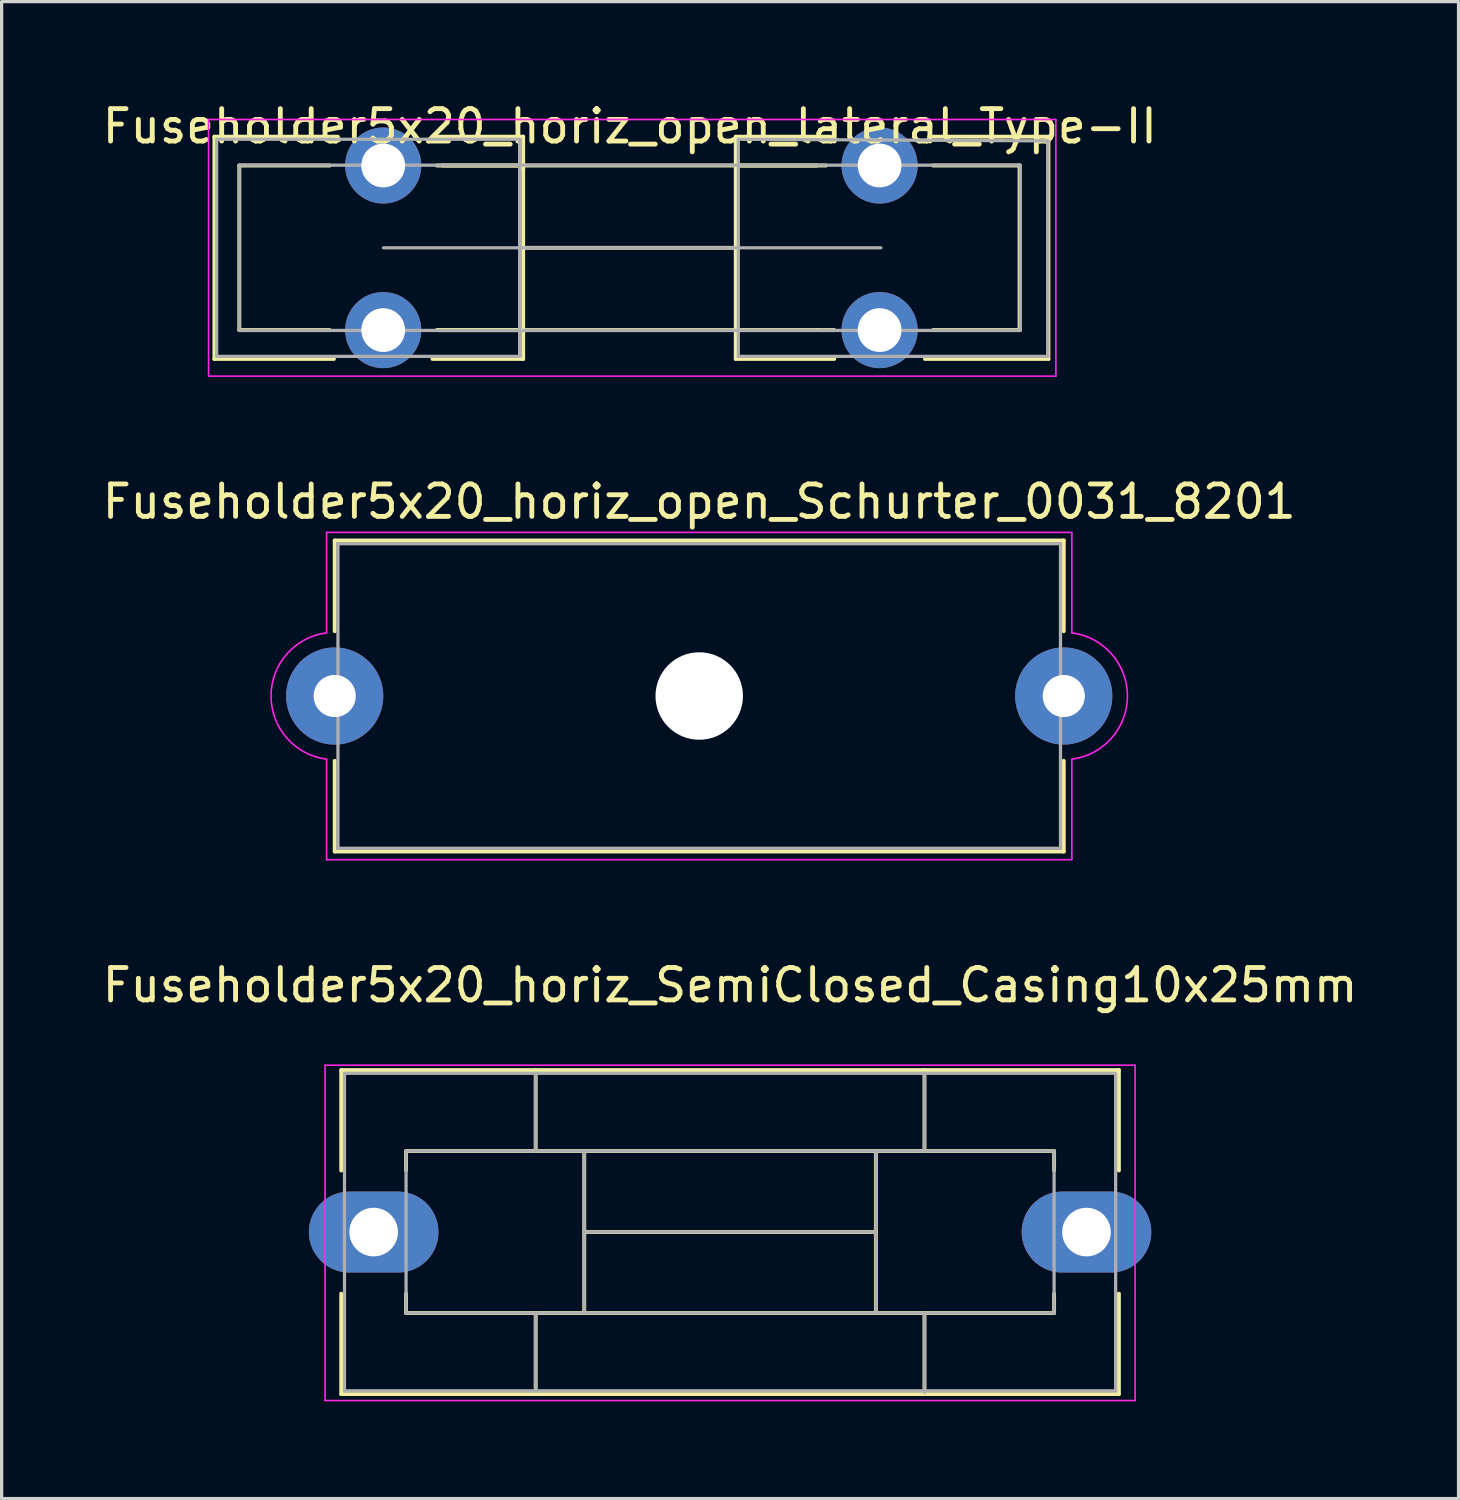
<source format=kicad_pcb>
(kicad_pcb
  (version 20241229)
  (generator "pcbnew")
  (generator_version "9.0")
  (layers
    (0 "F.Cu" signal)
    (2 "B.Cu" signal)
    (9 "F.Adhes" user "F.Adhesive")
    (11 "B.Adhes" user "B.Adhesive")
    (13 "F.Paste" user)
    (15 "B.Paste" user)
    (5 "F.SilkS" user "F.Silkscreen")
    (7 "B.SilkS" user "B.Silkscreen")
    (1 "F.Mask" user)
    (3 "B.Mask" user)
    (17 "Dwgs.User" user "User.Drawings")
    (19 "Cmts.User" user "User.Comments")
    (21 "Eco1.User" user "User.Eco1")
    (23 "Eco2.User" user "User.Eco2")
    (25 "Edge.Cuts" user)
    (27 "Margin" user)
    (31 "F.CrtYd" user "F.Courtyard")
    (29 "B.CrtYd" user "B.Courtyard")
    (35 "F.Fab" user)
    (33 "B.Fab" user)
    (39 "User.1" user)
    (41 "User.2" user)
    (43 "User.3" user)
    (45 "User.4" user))
  (footprint "Fuseholder5x20_horiz_SemiClosed_Casing10x25mm"
    (layer "F.Cu")
    (at 8.482 34.975)
    (property "Reference" "Fuseholder5x20_horiz_SemiClosed_Casing10x25mm" (at 11 -7.62 0) (layer "F.SilkS") (effects (font (size 1 1) (thickness 0.15))))
    (attr through_hole)
    (fp_line (start -1 -5) (end -1 -1.9) (stroke (width 0.12) (type solid)) (layer "F.SilkS"))
    (fp_line (start -1 1.9) (end -1 5) (stroke (width 0.12) (type solid)) (layer "F.SilkS"))
    (fp_line (start -1 5) (end 23 5) (stroke (width 0.12) (type solid)) (layer "F.SilkS"))
    (fp_line (start 1 -2.5) (end 1 -1.9) (stroke (width 0.12) (type solid)) (layer "F.SilkS"))
    (fp_line (start 1 1.9) (end 1 2.5) (stroke (width 0.12) (type solid)) (layer "F.SilkS"))
    (fp_line (start 1 2.5) (end 21 2.5) (stroke (width 0.12) (type solid)) (layer "F.SilkS"))
    (fp_line (start 5 -2.5) (end 5 -5) (stroke (width 0.12) (type solid)) (layer "F.SilkS"))
    (fp_line (start 5 5) (end 5 2.5) (stroke (width 0.12) (type solid)) (layer "F.SilkS"))
    (fp_line (start 6.5 -2.5) (end 6.5 2.5) (stroke (width 0.12) (type solid)) (layer "F.SilkS"))
    (fp_line (start 6.5 0) (end 15.5 0) (stroke (width 0.12) (type solid)) (layer "F.SilkS"))
    (fp_line (start 15.5 -2.5) (end 15.5 2.5) (stroke (width 0.12) (type solid)) (layer "F.SilkS"))
    (fp_line (start 17 -5) (end 17 -2.5) (stroke (width 0.12) (type solid)) (layer "F.SilkS"))
    (fp_line (start 17 5) (end 17 2.5) (stroke (width 0.12) (type solid)) (layer "F.SilkS"))
    (fp_line (start 21 -2.5) (end 1 -2.5) (stroke (width 0.12) (type solid)) (layer "F.SilkS"))
    (fp_line (start 21 -1.9) (end 21 -2.5) (stroke (width 0.12) (type solid)) (layer "F.SilkS"))
    (fp_line (start 21 2.5) (end 21 1.9) (stroke (width 0.12) (type solid)) (layer "F.SilkS"))
    (fp_line (start 23 -5) (end -1 -5) (stroke (width 0.12) (type solid)) (layer "F.SilkS"))
    (fp_line (start 23 -1.9) (end 23 -5) (stroke (width 0.12) (type solid)) (layer "F.SilkS"))
    (fp_line (start 23 5) (end 23 1.9) (stroke (width 0.12) (type solid)) (layer "F.SilkS"))
    (fp_line (start -1.5 -5.15) (end -1.5 5.2) (stroke (width 0.05) (type solid)) (layer "F.CrtYd"))
    (fp_line (start -1.5 -5.15) (end 23.5 -5.15) (stroke (width 0.05) (type solid)) (layer "F.CrtYd"))
    (fp_line (start 23.5 5.2) (end -1.5 5.2) (stroke (width 0.05) (type solid)) (layer "F.CrtYd"))
    (fp_line (start 23.5 5.2) (end 23.5 -5.15) (stroke (width 0.05) (type solid)) (layer "F.CrtYd"))
    (fp_line (start -0.9 -4.9) (end -0.9 4.9) (stroke (width 0.1) (type solid)) (layer "F.Fab"))
    (fp_line (start -0.9 4.9) (end 22.9 4.9) (stroke (width 0.1) (type solid)) (layer "F.Fab"))
    (fp_line (start 1 -2.5) (end 1 2.5) (stroke (width 0.1) (type solid)) (layer "F.Fab"))
    (fp_line (start 1 2.5) (end 21 2.5) (stroke (width 0.1) (type solid)) (layer "F.Fab"))
    (fp_line (start 5 -4.9) (end 5 -2.5) (stroke (width 0.1) (type solid)) (layer "F.Fab"))
    (fp_line (start 5 2.5) (end 5 4.9) (stroke (width 0.1) (type solid)) (layer "F.Fab"))
    (fp_line (start 6.5 -2.5) (end 6.5 2.5) (stroke (width 0.1) (type solid)) (layer "F.Fab"))
    (fp_line (start 6.5 0) (end 15.5 0) (stroke (width 0.1) (type solid)) (layer "F.Fab"))
    (fp_line (start 15.5 -2.5) (end 15.5 2.5) (stroke (width 0.1) (type solid)) (layer "F.Fab"))
    (fp_line (start 17 -2.5) (end 17 -4.9) (stroke (width 0.1) (type solid)) (layer "F.Fab"))
    (fp_line (start 17 2.5) (end 17 4.95) (stroke (width 0.1) (type solid)) (layer "F.Fab"))
    (fp_line (start 21 -2.5) (end 1 -2.5) (stroke (width 0.1) (type solid)) (layer "F.Fab"))
    (fp_line (start 21 2.5) (end 21 -2.5) (stroke (width 0.1) (type solid)) (layer "F.Fab"))
    (fp_line (start 22.9 -4.9) (end -0.9 -4.9) (stroke (width 0.1) (type solid)) (layer "F.Fab"))
    (fp_line (start 22.9 4.9) (end 22.9 -4.9) (stroke (width 0.1) (type solid)) (layer "F.Fab"))
    (pad "1" thru_hole oval (at 0 0 270) (size 2.5 4) (drill 1.5) (layers "*.Cu" "*.Mask"))
    (pad "2" thru_hole oval (at 22 0 270) (size 2.5 4) (drill 1.5) (layers "*.Cu" "*.Mask")))
  (footprint "Fuseholder5x20_horiz_open_lateral_Type-II"
    (layer "F.Cu")
    (at 8.777 2.058)
    (property "Reference" "Fuseholder5x20_horiz_open_lateral_Type-II" (at 7.61 -1.21 0) (layer "F.SilkS") (effects (font (size 1 1) (thickness 0.15))))
    (attr through_hole)
    (fp_line (start -5.21 -0.89) (end -5.21 5.97) (stroke (width 0.12) (type solid)) (layer "F.SilkS"))
    (fp_line (start -5.21 -0.89) (end -1.4 -0.89) (stroke (width 0.12) (type solid)) (layer "F.SilkS"))
    (fp_line (start -5.21 5.97) (end -1.52 5.97) (stroke (width 0.12) (type solid)) (layer "F.SilkS"))
    (fp_line (start -4.44 0) (end -4.44 5.08) (stroke (width 0.12) (type solid)) (layer "F.SilkS"))
    (fp_line (start -4.44 0) (end -1.65 0) (stroke (width 0.12) (type solid)) (layer "F.SilkS"))
    (fp_line (start -4.44 5.08) (end -1.65 5.08) (stroke (width 0.12) (type solid)) (layer "F.SilkS"))
    (fp_line (start 1.78 5.08) (end 1.65 5.08) (stroke (width 0.12) (type solid)) (layer "F.SilkS"))
    (fp_line (start 1.78 5.08) (end 4.32 5.08) (stroke (width 0.12) (type solid)) (layer "F.SilkS"))
    (fp_line (start 1.82 0) (end 13.38 0) (stroke (width 0.12) (type solid)) (layer "F.SilkS"))
    (fp_line (start 4.32 -0.89) (end 1.52 -0.89) (stroke (width 0.12) (type solid)) (layer "F.SilkS"))
    (fp_line (start 4.32 -0.89) (end 4.32 0.13) (stroke (width 0.12) (type solid)) (layer "F.SilkS"))
    (fp_line (start 4.32 0) (end 1.65 0) (stroke (width 0.12) (type solid)) (layer "F.SilkS"))
    (fp_line (start 4.32 2.54) (end 4.32 0) (stroke (width 0.12) (type solid)) (layer "F.SilkS"))
    (fp_line (start 4.32 5.08) (end 4.32 2.54) (stroke (width 0.12) (type solid)) (layer "F.SilkS"))
    (fp_line (start 4.32 5.97) (end 1.52 5.97) (stroke (width 0.12) (type solid)) (layer "F.SilkS"))
    (fp_line (start 4.32 5.97) (end 4.32 5.08) (stroke (width 0.12) (type solid)) (layer "F.SilkS"))
    (fp_line (start 10.88 -0.89) (end 10.88 0) (stroke (width 0.12) (type solid)) (layer "F.SilkS"))
    (fp_line (start 10.88 -0.89) (end 13.8 -0.89) (stroke (width 0.12) (type solid)) (layer "F.SilkS"))
    (fp_line (start 10.88 0) (end 13.67 0) (stroke (width 0.12) (type solid)) (layer "F.SilkS"))
    (fp_line (start 10.88 2.54) (end 10.88 0) (stroke (width 0.12) (type solid)) (layer "F.SilkS"))
    (fp_line (start 10.88 5.08) (end 10.88 2.54) (stroke (width 0.12) (type solid)) (layer "F.SilkS"))
    (fp_line (start 10.88 5.97) (end 10.88 5.08) (stroke (width 0.12) (type solid)) (layer "F.SilkS"))
    (fp_line (start 10.88 5.97) (end 13.92 5.97) (stroke (width 0.12) (type solid)) (layer "F.SilkS"))
    (fp_line (start 10.91 2.54) (end 4.41 2.54) (stroke (width 0.12) (type solid)) (layer "F.SilkS"))
    (fp_line (start 13.38 5.08) (end 1.69 5.08) (stroke (width 0.12) (type solid)) (layer "F.SilkS"))
    (fp_line (start 13.38 5.08) (end 13.92 5.08) (stroke (width 0.12) (type solid)) (layer "F.SilkS"))
    (fp_line (start 19.64 0) (end 16.97 0) (stroke (width 0.12) (type solid)) (layer "F.SilkS"))
    (fp_line (start 19.64 0) (end 19.64 5.08) (stroke (width 0.12) (type solid)) (layer "F.SilkS"))
    (fp_line (start 19.64 5.08) (end 16.97 5.08) (stroke (width 0.12) (type solid)) (layer "F.SilkS"))
    (fp_line (start 20.53 -0.89) (end 16.85 -0.89) (stroke (width 0.12) (type solid)) (layer "F.SilkS"))
    (fp_line (start 20.53 -0.89) (end 20.53 5.97) (stroke (width 0.12) (type solid)) (layer "F.SilkS"))
    (fp_line (start 20.53 5.97) (end 16.72 5.97) (stroke (width 0.12) (type solid)) (layer "F.SilkS"))
    (fp_line (start -5.39 -1.42) (end -5.39 6.5) (stroke (width 0.05) (type solid)) (layer "F.CrtYd"))
    (fp_line (start -5.39 -1.42) (end 20.76 -1.42) (stroke (width 0.05) (type solid)) (layer "F.CrtYd"))
    (fp_line (start 20.76 6.5) (end -5.39 6.5) (stroke (width 0.05) (type solid)) (layer "F.CrtYd"))
    (fp_line (start 20.76 6.5) (end 20.76 -1.42) (stroke (width 0.05) (type solid)) (layer "F.CrtYd"))
    (fp_line (start -5.14 -0.81) (end 4.21 -0.81) (stroke (width 0.1) (type solid)) (layer "F.Fab"))
    (fp_line (start -5.14 5.89) (end -5.14 -0.81) (stroke (width 0.1) (type solid)) (layer "F.Fab"))
    (fp_line (start -4.44 -0.01) (end 19.66 -0.01) (stroke (width 0.1) (type solid)) (layer "F.Fab"))
    (fp_line (start -4.44 5.09) (end -4.44 0.04) (stroke (width 0.1) (type solid)) (layer "F.Fab"))
    (fp_line (start 0.01 2.54) (end 15.36 2.54) (stroke (width 0.1) (type solid)) (layer "F.Fab"))
    (fp_line (start 4.21 -0.81) (end 4.21 5.89) (stroke (width 0.1) (type solid)) (layer "F.Fab"))
    (fp_line (start 4.21 5.89) (end -5.14 5.89) (stroke (width 0.1) (type solid)) (layer "F.Fab"))
    (fp_line (start 10.96 -0.81) (end 10.96 5.89) (stroke (width 0.1) (type solid)) (layer "F.Fab"))
    (fp_line (start 10.96 5.89) (end 20.51 5.89) (stroke (width 0.1) (type solid)) (layer "F.Fab"))
    (fp_line (start 19.66 -0.01) (end 19.66 5.09) (stroke (width 0.1) (type solid)) (layer "F.Fab"))
    (fp_line (start 19.66 5.09) (end -4.44 5.09) (stroke (width 0.1) (type solid)) (layer "F.Fab"))
    (fp_line (start 20.51 -0.76) (end 10.96 -0.81) (stroke (width 0.1) (type solid)) (layer "F.Fab"))
    (fp_line (start 20.51 5.89) (end 20.51 -0.76) (stroke (width 0.1) (type solid)) (layer "F.Fab"))
    (pad "1" thru_hole circle (at 0 0) (size 2.35 2.35) (drill 1.35) (layers "*.Cu" "*.Mask"))
    (pad "1" thru_hole circle (at 0 5.08) (size 2.35 2.35) (drill 1.35) (layers "*.Cu" "*.Mask"))
    (pad "2" thru_hole circle (at 15.32 0) (size 2.35 2.35) (drill 1.35) (layers "*.Cu" "*.Mask"))
    (pad "2" thru_hole circle (at 15.32 5.08) (size 2.35 2.35) (drill 1.35) (layers "*.Cu" "*.Mask")))
  (footprint "Fuseholder5x20_horiz_open_Schurter_0031_8201"
    (layer "F.Cu")
    (at 7.28 18.431)
    (property "Reference" "Fuseholder5x20_horiz_open_Schurter_0031_8201" (at 11.25 -6 0) (layer "F.SilkS") (effects (font (size 1 1) (thickness 0.15))))
    (attr through_hole)
    (fp_line (start 0 -4.8) (end 22.5 -4.8) (stroke (width 0.12) (type solid)) (layer "F.SilkS"))
    (fp_line (start 0 -2) (end 0 -4.8) (stroke (width 0.12) (type solid)) (layer "F.SilkS"))
    (fp_line (start 0 4.8) (end 0 2) (stroke (width 0.12) (type solid)) (layer "F.SilkS"))
    (fp_line (start 0 4.8) (end 22.5 4.8) (stroke (width 0.12) (type solid)) (layer "F.SilkS"))
    (fp_line (start 22.5 -2) (end 22.5 -4.8) (stroke (width 0.12) (type solid)) (layer "F.SilkS"))
    (fp_line (start 22.5 4.8) (end 22.5 2) (stroke (width 0.12) (type solid)) (layer "F.SilkS"))
    (fp_line (start -0.25 -5.05) (end 22.75 -5.05) (stroke (width 0.05) (type solid)) (layer "F.CrtYd"))
    (fp_line (start -0.25 -1.95) (end -0.25 -5.05) (stroke (width 0.05) (type solid)) (layer "F.CrtYd"))
    (fp_line (start -0.25 5.05) (end -0.25 1.95) (stroke (width 0.05) (type solid)) (layer "F.CrtYd"))
    (fp_line (start 22.75 -1.95) (end 22.75 -5.05) (stroke (width 0.05) (type solid)) (layer "F.CrtYd"))
    (fp_line (start 22.75 1.95) (end 22.75 5.05) (stroke (width 0.05) (type solid)) (layer "F.CrtYd"))
    (fp_line (start 22.75 5.05) (end -0.25 5.05) (stroke (width 0.05) (type solid)) (layer "F.CrtYd"))
    (fp_arc (start -0.25 1.95) (mid -1.96596 0.001518) (end -0.253011 -1.949612) (stroke (width 0.05) (type solid)) (layer "F.CrtYd"))
    (fp_arc (start 22.75 -1.95) (mid 24.46596 -0.001518) (end 22.753011 1.949612) (stroke (width 0.05) (type solid)) (layer "F.CrtYd"))
    (fp_line (start 0.1 -4.7) (end 0.1 4.7) (stroke (width 0.1) (type solid)) (layer "F.Fab"))
    (fp_line (start 0.1 4.7) (end 22.4 4.7) (stroke (width 0.1) (type solid)) (layer "F.Fab"))
    (fp_line (start 22.4 -4.7) (end 0.1 -4.7) (stroke (width 0.1) (type solid)) (layer "F.Fab"))
    (fp_line (start 22.4 4.7) (end 22.4 -4.7) (stroke (width 0.1) (type solid)) (layer "F.Fab"))
    (pad "" np_thru_hole circle (at 11.25 0) (size 2.7 2.7) (drill 2.7) (layers "*.Cu" "*.Mask"))
    (pad "1" thru_hole circle (at 0 0) (size 3 3) (drill 1.3) (layers "*.Cu" "*.Mask"))
    (pad "2" thru_hole circle (at 22.5 0) (size 3 3) (drill 1.3) (layers "*.Cu" "*.Mask")))
  (gr_rect
    (start -3 -3)
    (end 41.964 43.2)
    (stroke (width 0.1) (type default))
    (fill no)
    (layer "Edge.Cuts")))
</source>
